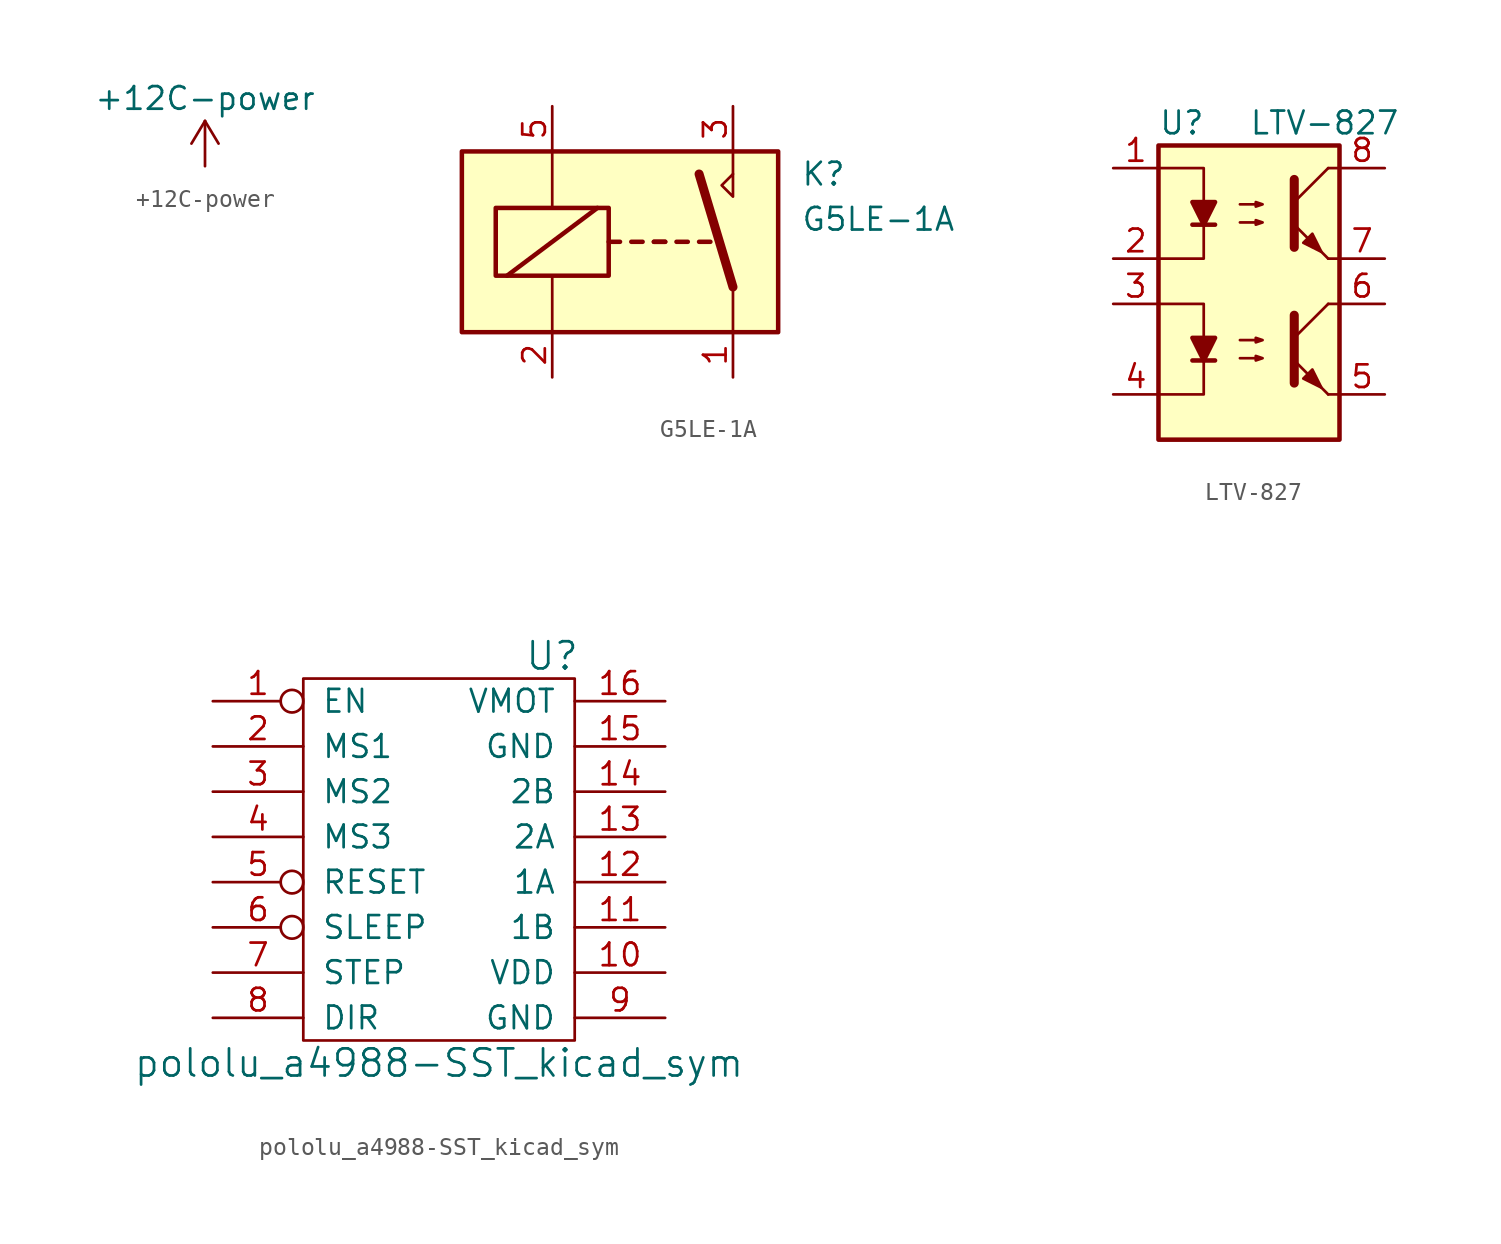
<source format=kicad_sym>
(kicad_symbol_lib
  (version 20220914)
  (generator kicad_symbol_editor)
  (symbol "+12C-power"
    (power)
    (pin_names
      (offset 0))
    (property "Reference" "#PWR"
      (at 0 -3.81 0)
      (effects (font (size 1.27 1.27)) hide))
    (property "Value" "+12C-power"
      (at 0 3.81 0)
      (effects (font (size 1.27 1.27))))
    (symbol "+12C-power_0_1"
      (polyline (pts (xy -0.762 1.27) (xy 0 2.54)) (stroke (width 0) (type solid)) (fill (type none)))
      (polyline (pts (xy 0 0) (xy 0 2.54)) (stroke (width 0) (type solid)) (fill (type none)))
      (polyline (pts (xy 0 2.54) (xy 0.762 1.27)) (stroke (width 0) (type solid)) (fill (type none))))
    (symbol "+12C-power_1_1"
      (pin power_in line (at 0 0 90) (length 0) hide (name "+12C" (effects (font (size 1.27 1.27)))) (number "1" (effects (font (size 1.27 1.27)))))))
  (symbol "G5LE-1A"
    (pin_names
      (offset 1.016))
    (property "Reference" "K"
      (at 13.97 8.89 0)
      (effects (font (size 1.27 1.27)) (justify left)))
    (property "Value" "G5LE-1A"
      (at 13.97 6.35 0)
      (effects (font (size 1.27 1.27)) (justify left)))
    (symbol "G5LE-1A_0_0"
      (polyline (pts (xy 10.16 8.89) (xy 10.16 10.16)) (stroke (width 0) (type solid)) (fill (type none)))
      (polyline (pts (xy 10.16 8.89) (xy 10.16 7.62) (xy 9.525 8.255) (xy 10.16 8.89)) (stroke (width 0) (type solid)) (fill (type none))))
    (symbol "G5LE-1A_0_1"
      (rectangle (start -5.08 10.16) (end 12.7 0) (stroke (width 0.254) (type solid)) (fill (type background)))
      (rectangle (start -3.175 6.985) (end 3.175 3.175) (stroke (width 0.254) (type solid)) (fill (type none)))
      (polyline (pts (xy -2.54 3.175) (xy 2.54 6.985)) (stroke (width 0.254) (type solid)) (fill (type none)))
      (polyline (pts (xy 0 0) (xy 0 3.175)) (stroke (width 0) (type solid)) (fill (type none)))
      (polyline (pts (xy 0 10.16) (xy 0 6.985)) (stroke (width 0) (type solid)) (fill (type none)))
      (polyline (pts (xy 3.175 5.08) (xy 3.81 5.08)) (stroke (width 0.254) (type solid)) (fill (type none)))
      (polyline (pts (xy 4.445 5.08) (xy 5.08 5.08)) (stroke (width 0.254) (type solid)) (fill (type none)))
      (polyline (pts (xy 5.715 5.08) (xy 6.35 5.08)) (stroke (width 0.254) (type solid)) (fill (type none)))
      (polyline (pts (xy 5.715 5.08) (xy 6.35 5.08)) (stroke (width 0.254) (type solid)) (fill (type none)))
      (polyline (pts (xy 6.985 5.08) (xy 7.62 5.08)) (stroke (width 0.254) (type solid)) (fill (type none)))
      (polyline (pts (xy 8.255 5.08) (xy 8.89 5.08)) (stroke (width 0.254) (type solid)) (fill (type none)))
      (polyline (pts (xy 10.16 2.54) (xy 8.255 8.89)) (stroke (width 0.508) (type solid)) (fill (type none)))
      (polyline (pts (xy 10.16 2.54) (xy 10.16 0)) (stroke (width 0) (type solid)) (fill (type none))))
    (symbol "G5LE-1A_1_1"
      (pin passive line (at 10.16 -2.54 90) (length 2.54) (name "~" (effects (font (size 1.27 1.27)))) (number "1" (effects (font (size 1.27 1.27)))))
      (pin passive line (at 0 -2.54 90) (length 2.54) (name "~" (effects (font (size 1.27 1.27)))) (number "2" (effects (font (size 1.27 1.27)))))
      (pin passive line (at 10.16 12.7 270) (length 2.54) (name "~" (effects (font (size 1.27 1.27)))) (number "3" (effects (font (size 1.27 1.27)))))
      (pin passive line (at 0 12.7 270) (length 2.54) (name "~" (effects (font (size 1.27 1.27)))) (number "5" (effects (font (size 1.27 1.27)))))))
  (symbol "LTV-827"
    (pin_names
      (offset 1.016))
    (property "Reference" "U"
      (at -5.08 10.16 0)
      (effects (font (size 1.27 1.27)) (justify left)))
    (property "Value" "LTV-827"
      (at 0 10.16 0)
      (effects (font (size 1.27 1.27)) (justify left)))
    (symbol "LTV-827_0_1"
      (rectangle (start -5.08 8.89) (end 5.08 -7.62) (stroke (width 0.254) (type solid)) (fill (type background)))
      (polyline (pts (xy -3.175 -3.175) (xy -1.905 -3.175)) (stroke (width 0.254) (type solid)) (fill (type none)))
      (polyline (pts (xy -3.175 4.445) (xy -1.905 4.445)) (stroke (width 0.254) (type solid)) (fill (type none)))
      (polyline (pts (xy 2.54 -1.905) (xy 4.445 0)) (stroke (width 0) (type solid)) (fill (type none)))
      (polyline (pts (xy 2.54 5.715) (xy 4.445 7.62)) (stroke (width 0) (type solid)) (fill (type none)))
      (polyline (pts (xy 4.445 -5.08) (xy 2.54 -3.175)) (stroke (width 0) (type solid)) (fill (type outline)))
      (polyline (pts (xy 4.445 -5.08) (xy 5.08 -5.08)) (stroke (width 0) (type solid)) (fill (type none)))
      (polyline (pts (xy 4.445 0) (xy 5.08 0)) (stroke (width 0) (type solid)) (fill (type none)))
      (polyline (pts (xy 4.445 2.54) (xy 2.54 4.445)) (stroke (width 0) (type solid)) (fill (type outline)))
      (polyline (pts (xy 4.445 2.54) (xy 5.08 2.54)) (stroke (width 0) (type solid)) (fill (type none)))
      (polyline (pts (xy 4.445 7.62) (xy 5.08 7.62)) (stroke (width 0) (type solid)) (fill (type none)))
      (polyline (pts (xy -5.08 0) (xy -2.54 0) (xy -2.54 -1.905)) (stroke (width 0) (type solid)) (fill (type none)))
      (polyline (pts (xy -5.08 7.62) (xy -2.54 7.62) (xy -2.54 5.715)) (stroke (width 0) (type solid)) (fill (type none)))
      (polyline (pts (xy -2.54 -3.175) (xy -2.54 -5.08) (xy -5.08 -5.08)) (stroke (width 0) (type solid)) (fill (type none)))
      (polyline (pts (xy -2.54 4.445) (xy -2.54 2.54) (xy -5.08 2.54)) (stroke (width 0) (type solid)) (fill (type none)))
      (polyline (pts (xy 2.54 -0.635) (xy 2.54 -4.445) (xy 2.54 -4.445)) (stroke (width 0.508) (type solid)) (fill (type none)))
      (polyline (pts (xy 2.54 6.985) (xy 2.54 3.175) (xy 2.54 3.175)) (stroke (width 0.508) (type solid)) (fill (type none)))
      (polyline (pts (xy -2.54 -3.175) (xy -3.175 -1.905) (xy -1.905 -1.905) (xy -2.54 -3.175)) (stroke (width 0.254) (type solid)) (fill (type outline)))
      (polyline (pts (xy -2.54 4.445) (xy -3.175 5.715) (xy -1.905 5.715) (xy -2.54 4.445)) (stroke (width 0.254) (type solid)) (fill (type outline)))
      (polyline (pts (xy -0.508 -3.048) (xy 0.762 -3.048) (xy 0.381 -3.175) (xy 0.381 -2.921) (xy 0.762 -3.048)) (stroke (width 0) (type solid)) (fill (type none)))
      (polyline (pts (xy -0.508 -2.032) (xy 0.762 -2.032) (xy 0.381 -2.159) (xy 0.381 -1.905) (xy 0.762 -2.032)) (stroke (width 0) (type solid)) (fill (type none)))
      (polyline (pts (xy -0.508 4.572) (xy 0.762 4.572) (xy 0.381 4.445) (xy 0.381 4.699) (xy 0.762 4.572)) (stroke (width 0) (type solid)) (fill (type none)))
      (polyline (pts (xy -0.508 5.588) (xy 0.762 5.588) (xy 0.381 5.461) (xy 0.381 5.715) (xy 0.762 5.588)) (stroke (width 0) (type solid)) (fill (type none)))
      (polyline (pts (xy 3.048 -4.191) (xy 3.556 -3.683) (xy 4.064 -4.699) (xy 3.048 -4.191) (xy 3.048 -4.191)) (stroke (width 0) (type solid)) (fill (type outline)))
      (polyline (pts (xy 3.048 3.429) (xy 3.556 3.937) (xy 4.064 2.921) (xy 3.048 3.429) (xy 3.048 3.429)) (stroke (width 0) (type solid)) (fill (type outline))))
    (symbol "LTV-827_1_1"
      (pin passive line (at -7.62 7.62 0) (length 2.54) (name "~" (effects (font (size 1.27 1.27)))) (number "1" (effects (font (size 1.27 1.27)))))
      (pin passive line (at -7.62 2.54 0) (length 2.54) (name "~" (effects (font (size 1.27 1.27)))) (number "2" (effects (font (size 1.27 1.27)))))
      (pin passive line (at -7.62 0 0) (length 2.54) (name "~" (effects (font (size 1.27 1.27)))) (number "3" (effects (font (size 1.27 1.27)))))
      (pin passive line (at -7.62 -5.08 0) (length 2.54) (name "~" (effects (font (size 1.27 1.27)))) (number "4" (effects (font (size 1.27 1.27)))))
      (pin passive line (at 7.62 -5.08 180) (length 2.54) (name "~" (effects (font (size 1.27 1.27)))) (number "5" (effects (font (size 1.27 1.27)))))
      (pin passive line (at 7.62 0 180) (length 2.54) (name "~" (effects (font (size 1.27 1.27)))) (number "6" (effects (font (size 1.27 1.27)))))
      (pin passive line (at 7.62 2.54 180) (length 2.54) (name "~" (effects (font (size 1.27 1.27)))) (number "7" (effects (font (size 1.27 1.27)))))
      (pin passive line (at 7.62 7.62 180) (length 2.54) (name "~" (effects (font (size 1.27 1.27)))) (number "8" (effects (font (size 1.27 1.27)))))))
  (symbol "pololu_a4988-SST_kicad_sym"
    (pin_names
      (offset 1.016))
    (property "Reference" "U"
      (at 6.35 11.43 0)
      (effects (font (size 1.524 1.524))))
    (property "Value" "pololu_a4988-SST_kicad_sym"
      (at 0 -11.43 0)
      (effects (font (size 1.524 1.524))))
    (symbol "pololu_a4988-SST_kicad_sym_0_1"
      (rectangle (start -7.62 10.16) (end 7.62 -10.16) (stroke (width 0) (type solid)) (fill (type none))))
    (symbol "pololu_a4988-SST_kicad_sym_1_1"
      (pin input inverted (at -12.7 8.89 0) (length 5.08) (name "EN" (effects (font (size 1.27 1.27)))) (number "1" (effects (font (size 1.27 1.27)))))
      (pin power_in line (at 12.7 -6.35 180) (length 5.08) (name "VDD" (effects (font (size 1.27 1.27)))) (number "10" (effects (font (size 1.27 1.27)))))
      (pin output line (at 12.7 -3.81 180) (length 5.08) (name "1B" (effects (font (size 1.27 1.27)))) (number "11" (effects (font (size 1.27 1.27)))))
      (pin output line (at 12.7 -1.27 180) (length 5.08) (name "1A" (effects (font (size 1.27 1.27)))) (number "12" (effects (font (size 1.27 1.27)))))
      (pin output line (at 12.7 1.27 180) (length 5.08) (name "2A" (effects (font (size 1.27 1.27)))) (number "13" (effects (font (size 1.27 1.27)))))
      (pin output line (at 12.7 3.81 180) (length 5.08) (name "2B" (effects (font (size 1.27 1.27)))) (number "14" (effects (font (size 1.27 1.27)))))
      (pin power_out line (at 12.7 6.35 180) (length 5.08) (name "GND" (effects (font (size 1.27 1.27)))) (number "15" (effects (font (size 1.27 1.27)))))
      (pin power_in line (at 12.7 8.89 180) (length 5.08) (name "VMOT" (effects (font (size 1.27 1.27)))) (number "16" (effects (font (size 1.27 1.27)))))
      (pin input line (at -12.7 6.35 0) (length 5.08) (name "MS1" (effects (font (size 1.27 1.27)))) (number "2" (effects (font (size 1.27 1.27)))))
      (pin input line (at -12.7 3.81 0) (length 5.08) (name "MS2" (effects (font (size 1.27 1.27)))) (number "3" (effects (font (size 1.27 1.27)))))
      (pin input line (at -12.7 1.27 0) (length 5.08) (name "MS3" (effects (font (size 1.27 1.27)))) (number "4" (effects (font (size 1.27 1.27)))))
      (pin input inverted (at -12.7 -1.27 0) (length 5.08) (name "RESET" (effects (font (size 1.27 1.27)))) (number "5" (effects (font (size 1.27 1.27)))))
      (pin input inverted (at -12.7 -3.81 0) (length 5.08) (name "SLEEP" (effects (font (size 1.27 1.27)))) (number "6" (effects (font (size 1.27 1.27)))))
      (pin input line (at -12.7 -6.35 0) (length 5.08) (name "STEP" (effects (font (size 1.27 1.27)))) (number "7" (effects (font (size 1.27 1.27)))))
      (pin input line (at -12.7 -8.89 0) (length 5.08) (name "DIR" (effects (font (size 1.27 1.27)))) (number "8" (effects (font (size 1.27 1.27)))))
      (pin power_out line (at 12.7 -8.89 180) (length 5.08) (name "GND" (effects (font (size 1.27 1.27)))) (number "9" (effects (font (size 1.27 1.27))))))))
</source>
